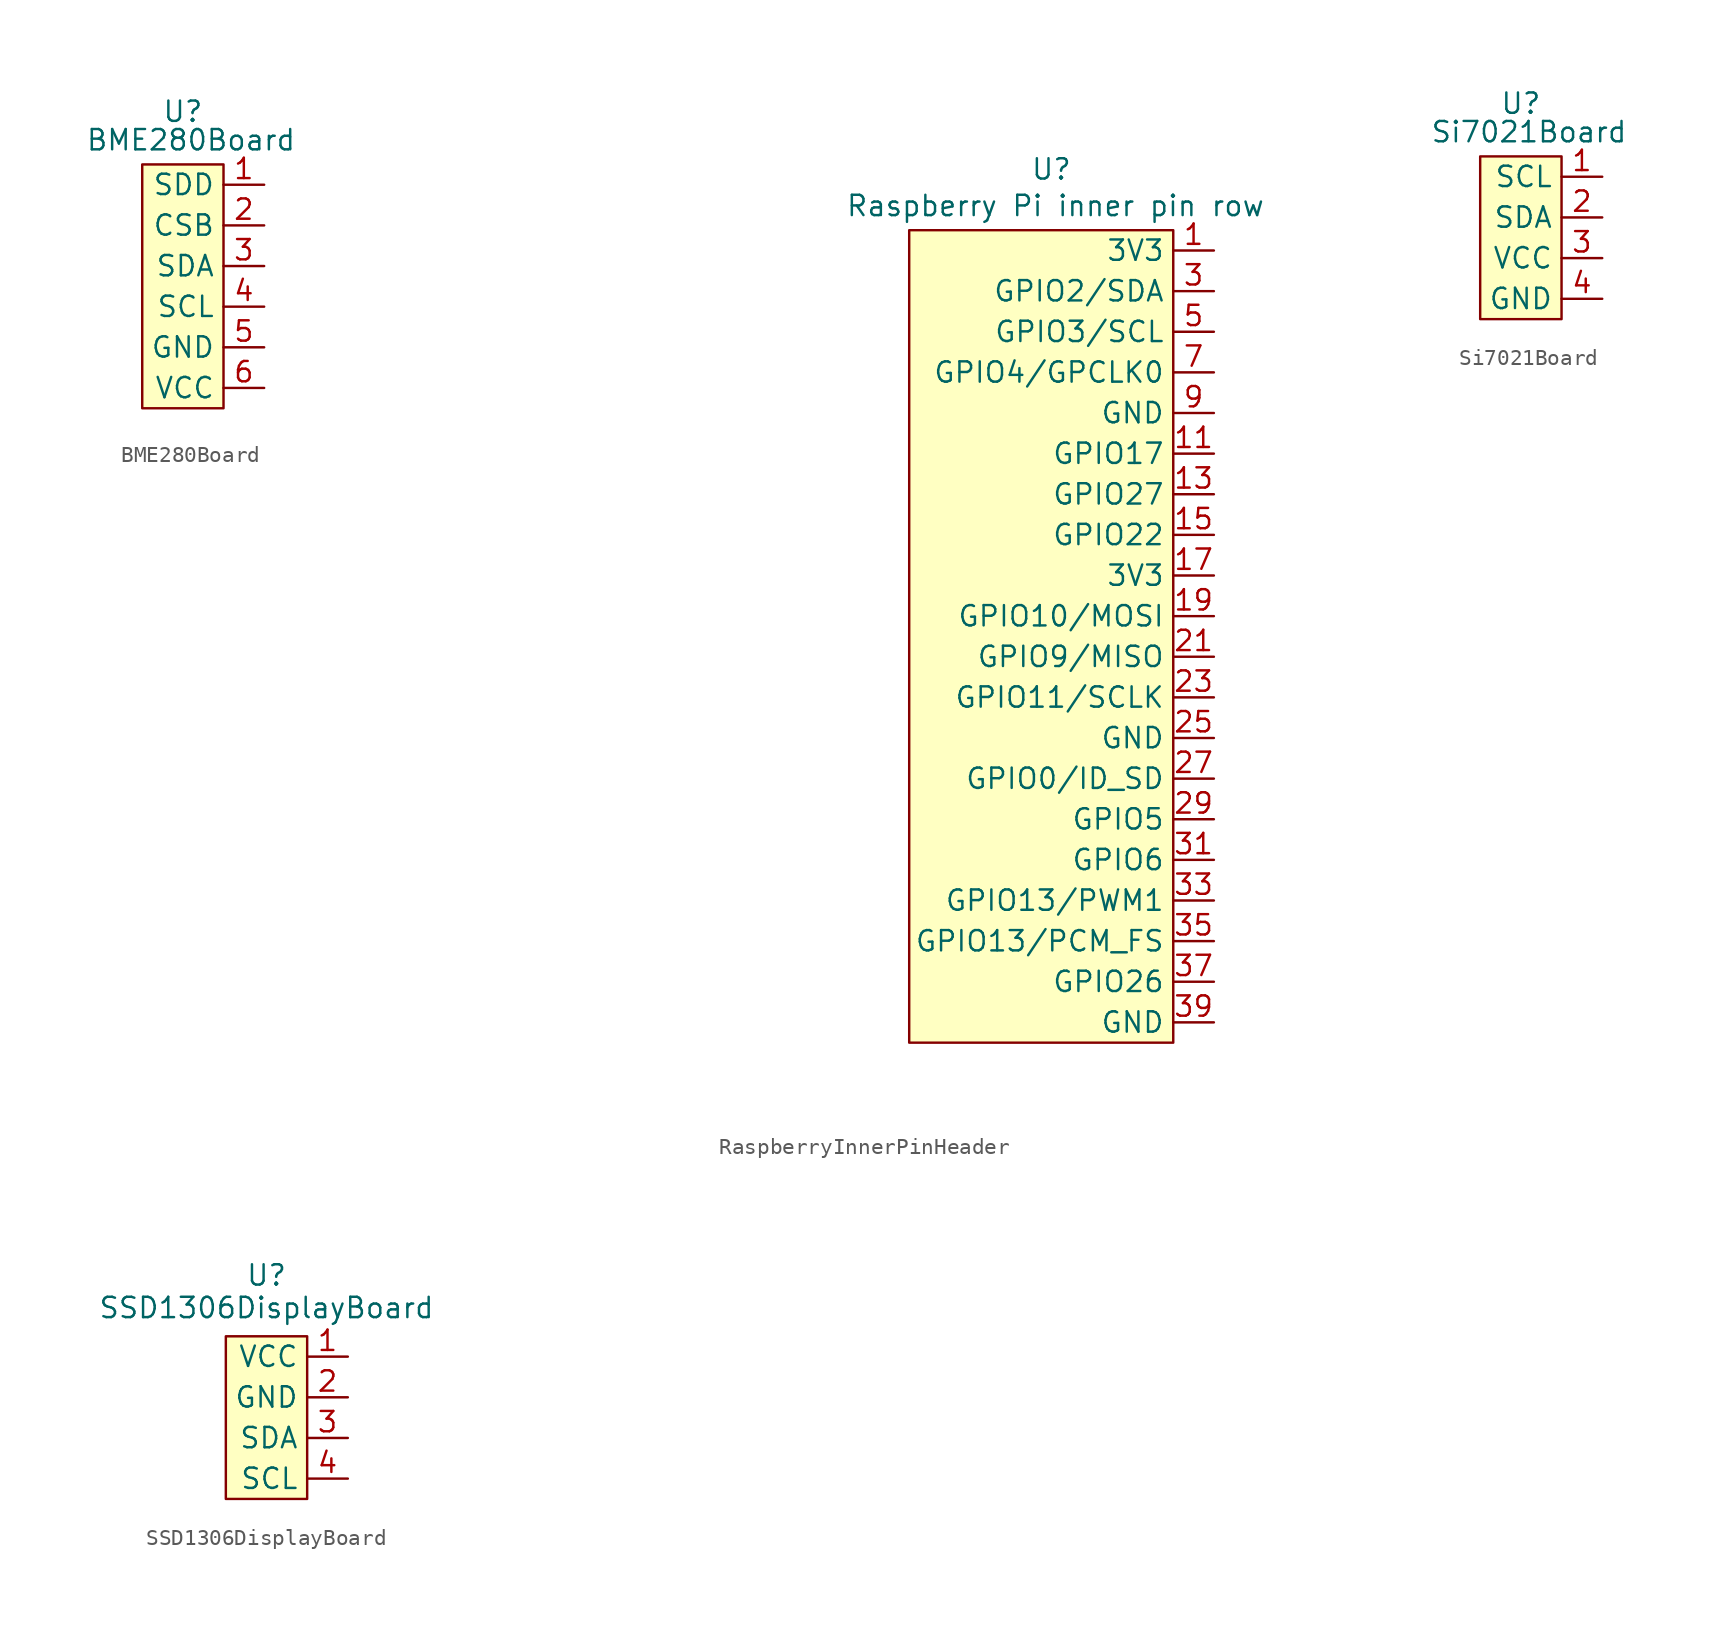
<source format=kicad_sym>
(kicad_symbol_lib
  (version 20231120)
  (generator "kicad_symbol_editor")
  (generator_version "8.0")
  (symbol "BME280Board"
    (property "Reference" "U"
      (at 0 3.302 0)
      (effects (font (size 1.27 1.27))))
    (property "Value" "BME280Board"
      (at 0.508 1.524 0)
      (effects (font (size 1.27 1.27))))
    (symbol "BME280Board_1_1"
      (rectangle (start -2.54 0) (end 2.54 -15.24) (stroke (width 0) (type default)) (fill (type background)))
      (pin input line (at 5.08 -1.27 180) (length 2.54) (name "SDD" (effects (font (size 1.27 1.27)))) (number "1" (effects (font (size 1.27 1.27)))))
      (pin input line (at 5.08 -3.81 180) (length 2.54) (name "CSB" (effects (font (size 1.27 1.27)))) (number "2" (effects (font (size 1.27 1.27)))))
      (pin bidirectional line (at 5.08 -6.35 180) (length 2.54) (name "SDA" (effects (font (size 1.27 1.27)))) (number "3" (effects (font (size 1.27 1.27)))))
      (pin input line (at 5.08 -8.89 180) (length 2.54) (name "SCL" (effects (font (size 1.27 1.27)))) (number "4" (effects (font (size 1.27 1.27)))))
      (pin power_in line (at 5.08 -11.43 180) (length 2.54) (name "GND" (effects (font (size 1.27 1.27)))) (number "5" (effects (font (size 1.27 1.27)))))
      (pin power_in line (at 5.08 -13.97 180) (length 2.54) (name "VCC" (effects (font (size 1.27 1.27)))) (number "6" (effects (font (size 1.27 1.27)))))))
  (symbol "RaspberryInnerPinHeader"
    (property "Reference" "U"
      (at 0 3.81 0)
      (effects (font (size 1.27 1.27))))
    (property "Value" "Raspberry Pi inner pin row"
      (at 0.254 1.524 0)
      (effects (font (size 1.27 1.27))))
    (symbol "RaspberryInnerPinHeader_1_1"
      (rectangle (start -8.89 0) (end 7.62 -50.8) (stroke (width 0) (type default)) (fill (type background)))
      (pin power_out line (at 10.16 -1.27 180) (length 2.54) (name "3V3" (effects (font (size 1.27 1.27)))) (number "1" (effects (font (size 1.27 1.27)))))
      (pin no_connect line (at -34.29 -11.43 180) (length 2.54) hide (name "" (effects (font (size 1.27 1.27)))) (number "10" (effects (font (size 1.27 1.27)))))
      (pin output line (at 10.16 -13.97 180) (length 2.54) (name "GPIO17" (effects (font (size 1.27 1.27)))) (number "11" (effects (font (size 1.27 1.27)))))
      (pin no_connect line (at -34.29 -13.97 180) (length 2.54) hide (name "" (effects (font (size 1.27 1.27)))) (number "12" (effects (font (size 1.27 1.27)))))
      (pin output line (at 10.16 -16.51 180) (length 2.54) (name "GPIO27" (effects (font (size 1.27 1.27)))) (number "13" (effects (font (size 1.27 1.27)))))
      (pin no_connect line (at -34.29 -16.51 180) (length 2.54) hide (name "" (effects (font (size 1.27 1.27)))) (number "14" (effects (font (size 1.27 1.27)))))
      (pin output line (at 10.16 -19.05 180) (length 2.54) (name "GPIO22" (effects (font (size 1.27 1.27)))) (number "15" (effects (font (size 1.27 1.27)))))
      (pin no_connect line (at -34.29 -19.05 180) (length 2.54) hide (name "" (effects (font (size 1.27 1.27)))) (number "16" (effects (font (size 1.27 1.27)))))
      (pin output line (at 10.16 -21.59 180) (length 2.54) (name "3V3" (effects (font (size 1.27 1.27)))) (number "17" (effects (font (size 1.27 1.27)))))
      (pin no_connect line (at -34.29 -21.59 180) (length 2.54) hide (name "" (effects (font (size 1.27 1.27)))) (number "18" (effects (font (size 1.27 1.27)))))
      (pin output line (at 10.16 -24.13 180) (length 2.54) (name "GPIO10/MOSI" (effects (font (size 1.27 1.27)))) (number "19" (effects (font (size 1.27 1.27)))))
      (pin no_connect line (at -34.29 -1.27 180) (length 2.54) hide (name "" (effects (font (size 1.27 1.27)))) (number "2" (effects (font (size 1.27 1.27)))))
      (pin no_connect line (at -34.29 -24.13 180) (length 2.54) hide (name "" (effects (font (size 1.27 1.27)))) (number "20" (effects (font (size 1.27 1.27)))))
      (pin output line (at 10.16 -26.67 180) (length 2.54) (name "GPIO9/MISO" (effects (font (size 1.27 1.27)))) (number "21" (effects (font (size 1.27 1.27)))))
      (pin no_connect line (at -34.29 -26.67 180) (length 2.54) hide (name "" (effects (font (size 1.27 1.27)))) (number "22" (effects (font (size 1.27 1.27)))))
      (pin output line (at 10.16 -29.21 180) (length 2.54) (name "GPIO11/SCLK" (effects (font (size 1.27 1.27)))) (number "23" (effects (font (size 1.27 1.27)))))
      (pin no_connect line (at -34.29 -29.21 180) (length 2.54) hide (name "" (effects (font (size 1.27 1.27)))) (number "24" (effects (font (size 1.27 1.27)))))
      (pin power_in line (at 10.16 -31.75 180) (length 2.54) (name "GND" (effects (font (size 1.27 1.27)))) (number "25" (effects (font (size 1.27 1.27)))))
      (pin no_connect line (at -34.29 -31.75 180) (length 2.54) hide (name "" (effects (font (size 1.27 1.27)))) (number "26" (effects (font (size 1.27 1.27)))))
      (pin output line (at 10.16 -34.29 180) (length 2.54) (name "GPIO0/ID_SD" (effects (font (size 1.27 1.27)))) (number "27" (effects (font (size 1.27 1.27)))))
      (pin no_connect line (at -34.29 -34.29 180) (length 2.54) hide (name "" (effects (font (size 1.27 1.27)))) (number "28" (effects (font (size 1.27 1.27)))))
      (pin output line (at 10.16 -36.83 180) (length 2.54) (name "GPIO5" (effects (font (size 1.27 1.27)))) (number "29" (effects (font (size 1.27 1.27)))))
      (pin output line (at 10.16 -3.81 180) (length 2.54) (name "GPIO2/SDA" (effects (font (size 1.27 1.27)))) (number "3" (effects (font (size 1.27 1.27)))))
      (pin no_connect line (at -34.29 -36.83 180) (length 2.54) hide (name "" (effects (font (size 1.27 1.27)))) (number "30" (effects (font (size 1.27 1.27)))))
      (pin output line (at 10.16 -39.37 180) (length 2.54) (name "GPIO6" (effects (font (size 1.27 1.27)))) (number "31" (effects (font (size 1.27 1.27)))))
      (pin no_connect line (at -34.29 -39.37 180) (length 2.54) hide (name "" (effects (font (size 1.27 1.27)))) (number "32" (effects (font (size 1.27 1.27)))))
      (pin output line (at 10.16 -41.91 180) (length 2.54) (name "GPIO13/PWM1" (effects (font (size 1.27 1.27)))) (number "33" (effects (font (size 1.27 1.27)))))
      (pin no_connect line (at -34.29 -41.91 180) (length 2.54) hide (name "" (effects (font (size 1.27 1.27)))) (number "34" (effects (font (size 1.27 1.27)))))
      (pin output line (at 10.16 -44.45 180) (length 2.54) (name "GPIO13/PCM_FS" (effects (font (size 1.27 1.27)))) (number "35" (effects (font (size 1.27 1.27)))))
      (pin no_connect line (at -34.29 -44.45 180) (length 2.54) hide (name "" (effects (font (size 1.27 1.27)))) (number "36" (effects (font (size 1.27 1.27)))))
      (pin output line (at 10.16 -46.99 180) (length 2.54) (name "GPIO26" (effects (font (size 1.27 1.27)))) (number "37" (effects (font (size 1.27 1.27)))))
      (pin no_connect line (at -34.29 -46.99 180) (length 2.54) hide (name "" (effects (font (size 1.27 1.27)))) (number "38" (effects (font (size 1.27 1.27)))))
      (pin power_out line (at 10.16 -49.53 180) (length 2.54) (name "GND" (effects (font (size 1.27 1.27)))) (number "39" (effects (font (size 1.27 1.27)))))
      (pin no_connect line (at -34.29 -3.81 180) (length 2.54) hide (name "" (effects (font (size 1.27 1.27)))) (number "4" (effects (font (size 1.27 1.27)))))
      (pin no_connect line (at -34.29 -49.53 180) (length 2.54) hide (name "" (effects (font (size 1.27 1.27)))) (number "40" (effects (font (size 1.27 1.27)))))
      (pin output line (at 10.16 -6.35 180) (length 2.54) (name "GPIO3/SCL" (effects (font (size 1.27 1.27)))) (number "5" (effects (font (size 1.27 1.27)))))
      (pin no_connect line (at -34.29 -6.35 180) (length 2.54) hide (name "" (effects (font (size 1.27 1.27)))) (number "6" (effects (font (size 1.27 1.27)))))
      (pin output line (at 10.16 -8.89 180) (length 2.54) (name "GPIO4/GPCLK0" (effects (font (size 1.27 1.27)))) (number "7" (effects (font (size 1.27 1.27)))))
      (pin no_connect line (at -34.29 -8.89 180) (length 2.54) hide (name "" (effects (font (size 1.27 1.27)))) (number "8" (effects (font (size 1.27 1.27)))))
      (pin output line (at 10.16 -11.43 180) (length 2.54) (name "GND" (effects (font (size 1.27 1.27)))) (number "9" (effects (font (size 1.27 1.27)))))))
  (symbol "Si7021Board"
    (property "Reference" "U"
      (at 0 2.032 0)
      (effects (font (size 1.27 1.27))))
    (property "Value" "Si7021Board"
      (at 0.508 0.254 0)
      (effects (font (size 1.27 1.27))))
    (symbol "Si7021Board_1_1"
      (rectangle (start -2.54 -1.27) (end 2.54 -11.43) (stroke (width 0) (type default)) (fill (type background)))
      (pin input line (at 5.08 -2.54 180) (length 2.54) (name "SCL" (effects (font (size 1.27 1.27)))) (number "1" (effects (font (size 1.27 1.27)))))
      (pin input line (at 5.08 -5.08 180) (length 2.54) (name "SDA" (effects (font (size 1.27 1.27)))) (number "2" (effects (font (size 1.27 1.27)))))
      (pin power_in line (at 5.08 -7.62 180) (length 2.54) (name "VCC" (effects (font (size 1.27 1.27)))) (number "3" (effects (font (size 1.27 1.27)))))
      (pin power_in line (at 5.08 -10.16 180) (length 2.54) (name "GND" (effects (font (size 1.27 1.27)))) (number "4" (effects (font (size 1.27 1.27)))))))
  (symbol "SSD1306DisplayBoard"
    (property "Reference" "U"
      (at 0 2.54 0)
      (effects (font (size 1.27 1.27))))
    (property "Value" "SSD1306DisplayBoard"
      (at 0 0.508 0)
      (effects (font (size 1.27 1.27))))
    (symbol "SSD1306DisplayBoard_1_1"
      (rectangle (start -2.54 -1.27) (end 2.54 -11.43) (stroke (width 0) (type default)) (fill (type background)))
      (pin power_in line (at 5.08 -2.54 180) (length 2.54) (name "VCC" (effects (font (size 1.27 1.27)))) (number "1" (effects (font (size 1.27 1.27)))))
      (pin power_in line (at 5.08 -5.08 180) (length 2.54) (name "GND" (effects (font (size 1.27 1.27)))) (number "2" (effects (font (size 1.27 1.27)))))
      (pin bidirectional line (at 5.08 -7.62 180) (length 2.54) (name "SDA" (effects (font (size 1.27 1.27)))) (number "3" (effects (font (size 1.27 1.27)))))
      (pin input line (at 5.08 -10.16 180) (length 2.54) (name "SCL" (effects (font (size 1.27 1.27)))) (number "4" (effects (font (size 1.27 1.27))))))))
</source>
